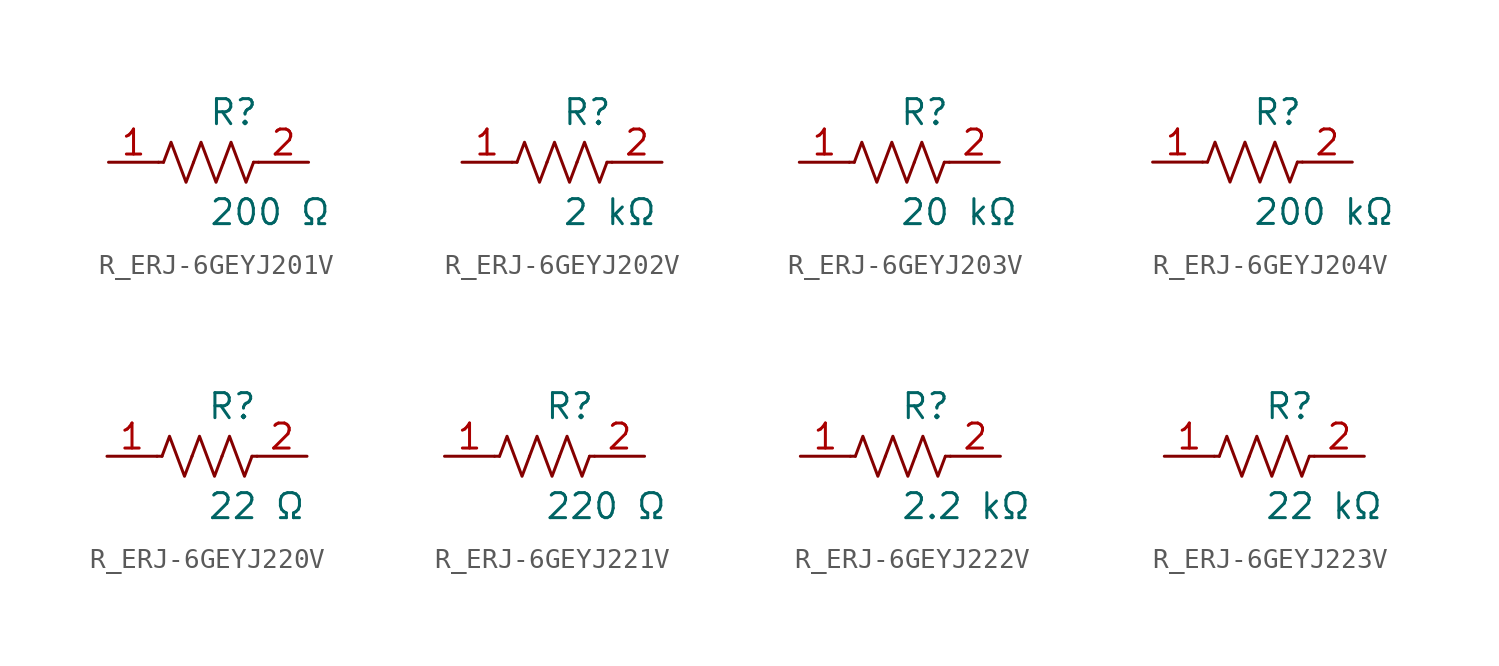
<source format=kicad_sym>
(kicad_symbol_lib
  (version 20231120)
  (generator kicad_symbol_editor)
  (generator_version 8.0)
  (symbol "R_ERJ-6GEYJ201V"
    (pin_names
      (offset 0.254))
    (property "Reference" "R"
      (at 0.0 2.54 0)
      (effects (font (size 1.27 1.27)) (justify left)))
    (property "Value" "200 Ω"
      (at 0.0 -2.54 0)
      (effects (font (size 1.27 1.27)) (justify left)))
    (symbol "R_ERJ-6GEYJ201V_0_1"
      (polyline (pts (xy 2.286 0) (xy 2.54 0)) (stroke (width 0) (type default)) (fill (type none)))
      (polyline (pts (xy -2.286 0) (xy -2.54 0)) (stroke (width 0) (type default)) (fill (type none)))
      (polyline (pts (xy 0.762 0) (xy 1.143 1.016) (xy 1.524 0) (xy 1.905 -1.016) (xy 2.286 0)) (stroke (width 0) (type default)) (fill (type none)))
      (polyline (pts (xy -0.762 0) (xy -0.381 1.016) (xy 0 0) (xy 0.381 -1.016) (xy 0.762 0)) (stroke (width 0) (type default)) (fill (type none)))
      (polyline (pts (xy -2.286 0) (xy -1.905 1.016) (xy -1.524 0) (xy -1.143 -1.016) (xy -0.762 0)) (stroke (width 0) (type default)) (fill (type none))))
    (pin unspecified line
      (at -5.08 0 0)
      (length 2.54)
      (name "" (effects (font (size 1.27 1.27))))
      (number "1" (effects (font (size 1.27 1.27)))))
    (pin unspecified line
      (at 5.08 0 180)
      (length 2.54)
      (name "" (effects (font (size 1.27 1.27))))
      (number "2" (effects (font (size 1.27 1.27))))))
  (symbol "R_ERJ-6GEYJ202V"
    (pin_names
      (offset 0.254))
    (property "Reference" "R"
      (at 0.0 2.54 0)
      (effects (font (size 1.27 1.27)) (justify left)))
    (property "Value" "2 kΩ"
      (at 0.0 -2.54 0)
      (effects (font (size 1.27 1.27)) (justify left)))
    (symbol "R_ERJ-6GEYJ202V_0_1"
      (polyline (pts (xy 2.286 0) (xy 2.54 0)) (stroke (width 0) (type default)) (fill (type none)))
      (polyline (pts (xy -2.286 0) (xy -2.54 0)) (stroke (width 0) (type default)) (fill (type none)))
      (polyline (pts (xy 0.762 0) (xy 1.143 1.016) (xy 1.524 0) (xy 1.905 -1.016) (xy 2.286 0)) (stroke (width 0) (type default)) (fill (type none)))
      (polyline (pts (xy -0.762 0) (xy -0.381 1.016) (xy 0 0) (xy 0.381 -1.016) (xy 0.762 0)) (stroke (width 0) (type default)) (fill (type none)))
      (polyline (pts (xy -2.286 0) (xy -1.905 1.016) (xy -1.524 0) (xy -1.143 -1.016) (xy -0.762 0)) (stroke (width 0) (type default)) (fill (type none))))
    (pin unspecified line
      (at -5.08 0 0)
      (length 2.54)
      (name "" (effects (font (size 1.27 1.27))))
      (number "1" (effects (font (size 1.27 1.27)))))
    (pin unspecified line
      (at 5.08 0 180)
      (length 2.54)
      (name "" (effects (font (size 1.27 1.27))))
      (number "2" (effects (font (size 1.27 1.27))))))
  (symbol "R_ERJ-6GEYJ203V"
    (pin_names
      (offset 0.254))
    (property "Reference" "R"
      (at 0.0 2.54 0)
      (effects (font (size 1.27 1.27)) (justify left)))
    (property "Value" "20 kΩ"
      (at 0.0 -2.54 0)
      (effects (font (size 1.27 1.27)) (justify left)))
    (symbol "R_ERJ-6GEYJ203V_0_1"
      (polyline (pts (xy 2.286 0) (xy 2.54 0)) (stroke (width 0) (type default)) (fill (type none)))
      (polyline (pts (xy -2.286 0) (xy -2.54 0)) (stroke (width 0) (type default)) (fill (type none)))
      (polyline (pts (xy 0.762 0) (xy 1.143 1.016) (xy 1.524 0) (xy 1.905 -1.016) (xy 2.286 0)) (stroke (width 0) (type default)) (fill (type none)))
      (polyline (pts (xy -0.762 0) (xy -0.381 1.016) (xy 0 0) (xy 0.381 -1.016) (xy 0.762 0)) (stroke (width 0) (type default)) (fill (type none)))
      (polyline (pts (xy -2.286 0) (xy -1.905 1.016) (xy -1.524 0) (xy -1.143 -1.016) (xy -0.762 0)) (stroke (width 0) (type default)) (fill (type none))))
    (pin unspecified line
      (at -5.08 0 0)
      (length 2.54)
      (name "" (effects (font (size 1.27 1.27))))
      (number "1" (effects (font (size 1.27 1.27)))))
    (pin unspecified line
      (at 5.08 0 180)
      (length 2.54)
      (name "" (effects (font (size 1.27 1.27))))
      (number "2" (effects (font (size 1.27 1.27))))))
  (symbol "R_ERJ-6GEYJ204V"
    (pin_names
      (offset 0.254))
    (property "Reference" "R"
      (at 0.0 2.54 0)
      (effects (font (size 1.27 1.27)) (justify left)))
    (property "Value" "200 kΩ"
      (at 0.0 -2.54 0)
      (effects (font (size 1.27 1.27)) (justify left)))
    (symbol "R_ERJ-6GEYJ204V_0_1"
      (polyline (pts (xy 2.286 0) (xy 2.54 0)) (stroke (width 0) (type default)) (fill (type none)))
      (polyline (pts (xy -2.286 0) (xy -2.54 0)) (stroke (width 0) (type default)) (fill (type none)))
      (polyline (pts (xy 0.762 0) (xy 1.143 1.016) (xy 1.524 0) (xy 1.905 -1.016) (xy 2.286 0)) (stroke (width 0) (type default)) (fill (type none)))
      (polyline (pts (xy -0.762 0) (xy -0.381 1.016) (xy 0 0) (xy 0.381 -1.016) (xy 0.762 0)) (stroke (width 0) (type default)) (fill (type none)))
      (polyline (pts (xy -2.286 0) (xy -1.905 1.016) (xy -1.524 0) (xy -1.143 -1.016) (xy -0.762 0)) (stroke (width 0) (type default)) (fill (type none))))
    (pin unspecified line
      (at -5.08 0 0)
      (length 2.54)
      (name "" (effects (font (size 1.27 1.27))))
      (number "1" (effects (font (size 1.27 1.27)))))
    (pin unspecified line
      (at 5.08 0 180)
      (length 2.54)
      (name "" (effects (font (size 1.27 1.27))))
      (number "2" (effects (font (size 1.27 1.27))))))
  (symbol "R_ERJ-6GEYJ220V"
    (pin_names
      (offset 0.254))
    (property "Reference" "R"
      (at 0.0 2.54 0)
      (effects (font (size 1.27 1.27)) (justify left)))
    (property "Value" "22 Ω"
      (at 0.0 -2.54 0)
      (effects (font (size 1.27 1.27)) (justify left)))
    (symbol "R_ERJ-6GEYJ220V_0_1"
      (polyline (pts (xy 2.286 0) (xy 2.54 0)) (stroke (width 0) (type default)) (fill (type none)))
      (polyline (pts (xy -2.286 0) (xy -2.54 0)) (stroke (width 0) (type default)) (fill (type none)))
      (polyline (pts (xy 0.762 0) (xy 1.143 1.016) (xy 1.524 0) (xy 1.905 -1.016) (xy 2.286 0)) (stroke (width 0) (type default)) (fill (type none)))
      (polyline (pts (xy -0.762 0) (xy -0.381 1.016) (xy 0 0) (xy 0.381 -1.016) (xy 0.762 0)) (stroke (width 0) (type default)) (fill (type none)))
      (polyline (pts (xy -2.286 0) (xy -1.905 1.016) (xy -1.524 0) (xy -1.143 -1.016) (xy -0.762 0)) (stroke (width 0) (type default)) (fill (type none))))
    (pin unspecified line
      (at -5.08 0 0)
      (length 2.54)
      (name "" (effects (font (size 1.27 1.27))))
      (number "1" (effects (font (size 1.27 1.27)))))
    (pin unspecified line
      (at 5.08 0 180)
      (length 2.54)
      (name "" (effects (font (size 1.27 1.27))))
      (number "2" (effects (font (size 1.27 1.27))))))
  (symbol "R_ERJ-6GEYJ221V"
    (pin_names
      (offset 0.254))
    (property "Reference" "R"
      (at 0.0 2.54 0)
      (effects (font (size 1.27 1.27)) (justify left)))
    (property "Value" "220 Ω"
      (at 0.0 -2.54 0)
      (effects (font (size 1.27 1.27)) (justify left)))
    (symbol "R_ERJ-6GEYJ221V_0_1"
      (polyline (pts (xy 2.286 0) (xy 2.54 0)) (stroke (width 0) (type default)) (fill (type none)))
      (polyline (pts (xy -2.286 0) (xy -2.54 0)) (stroke (width 0) (type default)) (fill (type none)))
      (polyline (pts (xy 0.762 0) (xy 1.143 1.016) (xy 1.524 0) (xy 1.905 -1.016) (xy 2.286 0)) (stroke (width 0) (type default)) (fill (type none)))
      (polyline (pts (xy -0.762 0) (xy -0.381 1.016) (xy 0 0) (xy 0.381 -1.016) (xy 0.762 0)) (stroke (width 0) (type default)) (fill (type none)))
      (polyline (pts (xy -2.286 0) (xy -1.905 1.016) (xy -1.524 0) (xy -1.143 -1.016) (xy -0.762 0)) (stroke (width 0) (type default)) (fill (type none))))
    (pin unspecified line
      (at -5.08 0 0)
      (length 2.54)
      (name "" (effects (font (size 1.27 1.27))))
      (number "1" (effects (font (size 1.27 1.27)))))
    (pin unspecified line
      (at 5.08 0 180)
      (length 2.54)
      (name "" (effects (font (size 1.27 1.27))))
      (number "2" (effects (font (size 1.27 1.27))))))
  (symbol "R_ERJ-6GEYJ222V"
    (pin_names
      (offset 0.254))
    (property "Reference" "R"
      (at 0.0 2.54 0)
      (effects (font (size 1.27 1.27)) (justify left)))
    (property "Value" "2.2 kΩ"
      (at 0.0 -2.54 0)
      (effects (font (size 1.27 1.27)) (justify left)))
    (symbol "R_ERJ-6GEYJ222V_0_1"
      (polyline (pts (xy 2.286 0) (xy 2.54 0)) (stroke (width 0) (type default)) (fill (type none)))
      (polyline (pts (xy -2.286 0) (xy -2.54 0)) (stroke (width 0) (type default)) (fill (type none)))
      (polyline (pts (xy 0.762 0) (xy 1.143 1.016) (xy 1.524 0) (xy 1.905 -1.016) (xy 2.286 0)) (stroke (width 0) (type default)) (fill (type none)))
      (polyline (pts (xy -0.762 0) (xy -0.381 1.016) (xy 0 0) (xy 0.381 -1.016) (xy 0.762 0)) (stroke (width 0) (type default)) (fill (type none)))
      (polyline (pts (xy -2.286 0) (xy -1.905 1.016) (xy -1.524 0) (xy -1.143 -1.016) (xy -0.762 0)) (stroke (width 0) (type default)) (fill (type none))))
    (pin unspecified line
      (at -5.08 0 0)
      (length 2.54)
      (name "" (effects (font (size 1.27 1.27))))
      (number "1" (effects (font (size 1.27 1.27)))))
    (pin unspecified line
      (at 5.08 0 180)
      (length 2.54)
      (name "" (effects (font (size 1.27 1.27))))
      (number "2" (effects (font (size 1.27 1.27))))))
  (symbol "R_ERJ-6GEYJ223V"
    (pin_names
      (offset 0.254))
    (property "Reference" "R"
      (at 0.0 2.54 0)
      (effects (font (size 1.27 1.27)) (justify left)))
    (property "Value" "22 kΩ"
      (at 0.0 -2.54 0)
      (effects (font (size 1.27 1.27)) (justify left)))
    (symbol "R_ERJ-6GEYJ223V_0_1"
      (polyline (pts (xy 2.286 0) (xy 2.54 0)) (stroke (width 0) (type default)) (fill (type none)))
      (polyline (pts (xy -2.286 0) (xy -2.54 0)) (stroke (width 0) (type default)) (fill (type none)))
      (polyline (pts (xy 0.762 0) (xy 1.143 1.016) (xy 1.524 0) (xy 1.905 -1.016) (xy 2.286 0)) (stroke (width 0) (type default)) (fill (type none)))
      (polyline (pts (xy -0.762 0) (xy -0.381 1.016) (xy 0 0) (xy 0.381 -1.016) (xy 0.762 0)) (stroke (width 0) (type default)) (fill (type none)))
      (polyline (pts (xy -2.286 0) (xy -1.905 1.016) (xy -1.524 0) (xy -1.143 -1.016) (xy -0.762 0)) (stroke (width 0) (type default)) (fill (type none))))
    (pin unspecified line
      (at -5.08 0 0)
      (length 2.54)
      (name "" (effects (font (size 1.27 1.27))))
      (number "1" (effects (font (size 1.27 1.27)))))
    (pin unspecified line
      (at 5.08 0 180)
      (length 2.54)
      (name "" (effects (font (size 1.27 1.27))))
      (number "2" (effects (font (size 1.27 1.27)))))))
</source>
